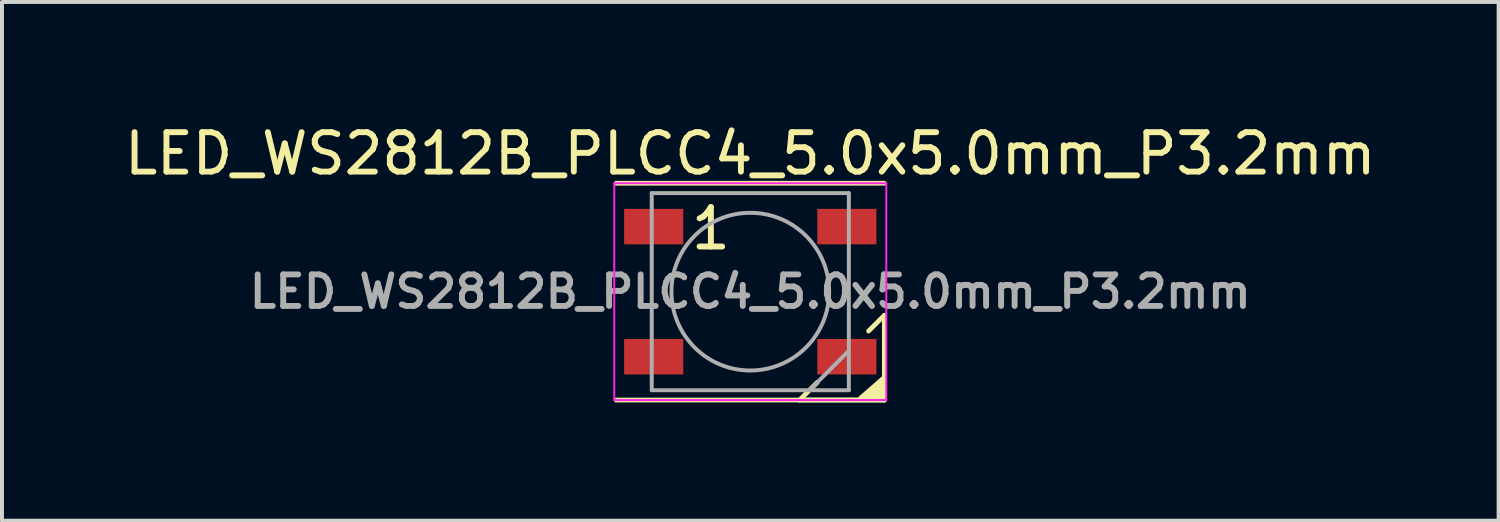
<source format=kicad_pcb>
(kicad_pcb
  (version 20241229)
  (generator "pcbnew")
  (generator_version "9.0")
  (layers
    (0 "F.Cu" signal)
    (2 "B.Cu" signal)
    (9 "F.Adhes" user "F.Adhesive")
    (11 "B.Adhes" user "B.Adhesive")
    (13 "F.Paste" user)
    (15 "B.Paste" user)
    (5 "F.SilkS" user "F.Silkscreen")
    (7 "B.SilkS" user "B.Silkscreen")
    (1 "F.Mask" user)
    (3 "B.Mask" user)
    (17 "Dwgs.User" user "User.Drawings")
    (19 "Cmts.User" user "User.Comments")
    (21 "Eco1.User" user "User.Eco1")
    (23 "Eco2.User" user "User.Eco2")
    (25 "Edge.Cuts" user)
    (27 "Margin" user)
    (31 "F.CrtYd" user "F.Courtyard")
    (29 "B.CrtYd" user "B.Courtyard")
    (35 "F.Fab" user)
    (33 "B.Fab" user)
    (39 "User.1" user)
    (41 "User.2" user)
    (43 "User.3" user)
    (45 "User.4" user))
  (footprint "LED_WS2812B_PLCC4_5.0x5.0mm_P3.2mm"
    (layer "F.Cu")
    (at 15.982 4.348)
    (property "Reference" "LED_WS2812B_PLCC4_5.0x5.0mm_P3.2mm" (at 0 -3.5 0) (layer "F.SilkS") (effects (font (size 1 1) (thickness 0.15))))
    (attr smd)
    (fp_line (start -3.4 -2.75) (end 3.4 -2.75) (stroke (width 0.12) (type solid)) (layer "F.SilkS"))
    (fp_line (start -3.4 2.75) (end 3.4 2.75) (stroke (width 0.12) (type solid)) (layer "F.SilkS"))
    (fp_line (start 1.7 2.3) (end 1.25 2.75) (stroke (width 0.12) (type solid)) (layer "F.SilkS"))
    (fp_line (start 3.4 0.6) (end 3 1) (stroke (width 0.12) (type solid)) (layer "F.SilkS"))
    (fp_line (start 3.4 2.75) (end 1.25 2.75) (stroke (width 0.12) (type solid)) (layer "F.SilkS"))
    (fp_line (start 3.4 2.75) (end 3.4 0.6) (stroke (width 0.12) (type solid)) (layer "F.SilkS"))
    (fp_poly (pts (xy 2.8 2.7) (xy 3.4 2.175) (xy 3.35 2.7)) (stroke (width 0.12) (type solid)) (fill yes) (layer "F.SilkS"))
    (fp_line (start -3.45 -2.75) (end -3.45 2.75) (stroke (width 0.05) (type solid)) (layer "F.CrtYd"))
    (fp_line (start -3.45 2.75) (end 3.45 2.75) (stroke (width 0.05) (type solid)) (layer "F.CrtYd"))
    (fp_line (start 3.45 -2.75) (end -3.45 -2.75) (stroke (width 0.05) (type solid)) (layer "F.CrtYd"))
    (fp_line (start 3.45 2.75) (end 3.45 -2.75) (stroke (width 0.05) (type solid)) (layer "F.CrtYd"))
    (fp_line (start -2.5 -2.5) (end -2.5 2.5) (stroke (width 0.1) (type solid)) (layer "F.Fab"))
    (fp_line (start -2.5 2.5) (end 2.5 2.5) (stroke (width 0.1) (type solid)) (layer "F.Fab"))
    (fp_line (start 2.5 -2.5) (end -2.5 -2.5) (stroke (width 0.1) (type solid)) (layer "F.Fab"))
    (fp_line (start 2.5 1.5) (end 1.5 2.5) (stroke (width 0.1) (type solid)) (layer "F.Fab"))
    (fp_line (start 2.5 2.5) (end 2.5 -2.5) (stroke (width 0.1) (type solid)) (layer "F.Fab"))
    (fp_circle (center 0 0) (end 0 -2) (stroke (width 0.1) (type solid)) (fill no) (layer "F.Fab"))
    (fp_text user "1" (at -1 -1.6 0) (layer "F.SilkS") (effects (font (size 1 1) (thickness 0.15))))
    (fp_text user "${REFERENCE}" (at 0 0 0) (layer "F.Fab") (effects (font (size 0.8 0.8) (thickness 0.15))))
    (pad "1" smd rect (at -2.45 -1.65) (size 1.5 0.9) (layers "F.Cu" "F.Mask" "F.Paste"))
    (pad "2" smd rect (at -2.45 1.65) (size 1.5 0.9) (layers "F.Cu" "F.Mask" "F.Paste"))
    (pad "3" smd rect (at 2.45 1.65) (size 1.5 0.9) (layers "F.Cu" "F.Mask" "F.Paste"))
    (pad "4" smd rect (at 2.45 -1.65) (size 1.5 0.9) (layers "F.Cu" "F.Mask" "F.Paste")))
  (gr_rect
    (start -3 -3)
    (end 34.964 10.158)
    (stroke (width 0.1) (type default))
    (fill no)
    (layer "Edge.Cuts")))
</source>
